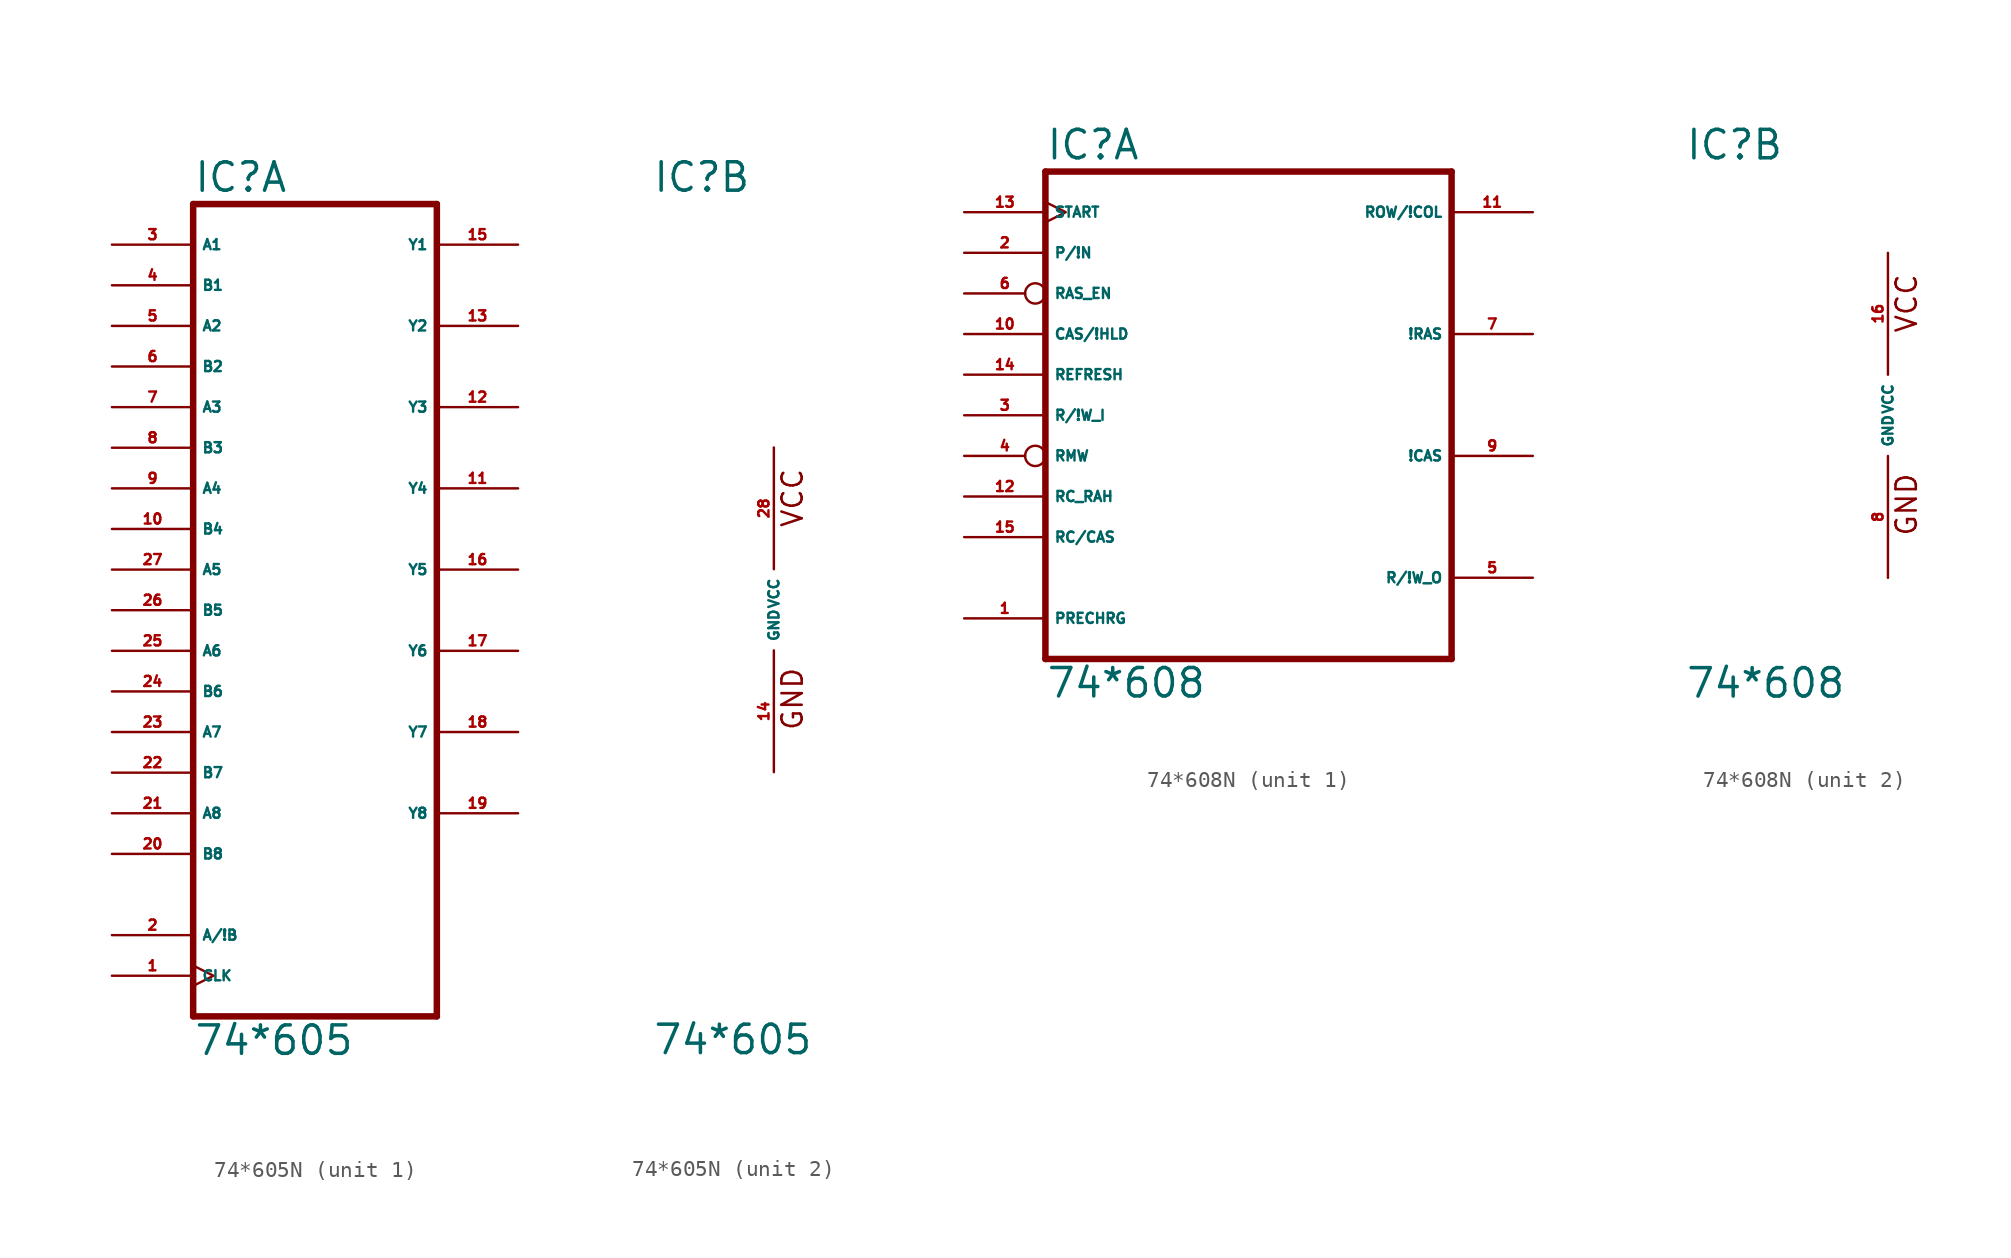
<source format=kicad_sym>
(kicad_symbol_lib
  (version 20220914)
  (generator Eagle2Kicad)
  (symbol "74*605N"
    (property "Reference" "IC"
      (at -7.62 26.035 0)
      (effects (font (size 1.778 1.778) (thickness 0.22)) (justify left bottom)))
    (property "Value" "74*605"
      (at -7.62 -27.94 0)
      (effects (font (size 1.778 1.778) (thickness 0.22)) (justify left bottom)))
    (symbol "74*605N_1_0"
      (polyline (pts (xy -7.62 -25.4) (xy 7.62 -25.4)) (stroke (width 0.406) (type default)) (fill (type none)))
      (polyline (pts (xy 7.62 -25.4) (xy 7.62 25.4)) (stroke (width 0.406) (type default)) (fill (type none)))
      (polyline (pts (xy 7.62 25.4) (xy -7.62 25.4)) (stroke (width 0.406) (type default)) (fill (type none)))
      (polyline (pts (xy -7.62 25.4) (xy -7.62 -25.4)) (stroke (width 0.406) (type default)) (fill (type none)))
      (pin input clock (at -12.7 -22.86 0) (length 5.08) (name "CLK" (effects (font (size 0.635 0.635) (thickness 0.08)) (justify left bottom))) (number "1" (effects (font (size 0.635 0.635) (thickness 0.08)) (justify left bottom))))
      (pin input line (at -12.7 -20.32 0) (length 5.08) (name "A/!B" (effects (font (size 0.635 0.635) (thickness 0.08)) (justify left bottom))) (number "2" (effects (font (size 0.635 0.635) (thickness 0.08)) (justify left bottom))))
      (pin input line (at -12.7 22.86 0) (length 5.08) (name "A1" (effects (font (size 0.635 0.635) (thickness 0.08)) (justify left bottom))) (number "3" (effects (font (size 0.635 0.635) (thickness 0.08)) (justify left bottom))))
      (pin input line (at -12.7 20.32 0) (length 5.08) (name "B1" (effects (font (size 0.635 0.635) (thickness 0.08)) (justify left bottom))) (number "4" (effects (font (size 0.635 0.635) (thickness 0.08)) (justify left bottom))))
      (pin input line (at -12.7 17.78 0) (length 5.08) (name "A2" (effects (font (size 0.635 0.635) (thickness 0.08)) (justify left bottom))) (number "5" (effects (font (size 0.635 0.635) (thickness 0.08)) (justify left bottom))))
      (pin input line (at -12.7 15.24 0) (length 5.08) (name "B2" (effects (font (size 0.635 0.635) (thickness 0.08)) (justify left bottom))) (number "6" (effects (font (size 0.635 0.635) (thickness 0.08)) (justify left bottom))))
      (pin input line (at -12.7 12.7 0) (length 5.08) (name "A3" (effects (font (size 0.635 0.635) (thickness 0.08)) (justify left bottom))) (number "7" (effects (font (size 0.635 0.635) (thickness 0.08)) (justify left bottom))))
      (pin input line (at -12.7 10.16 0) (length 5.08) (name "B3" (effects (font (size 0.635 0.635) (thickness 0.08)) (justify left bottom))) (number "8" (effects (font (size 0.635 0.635) (thickness 0.08)) (justify left bottom))))
      (pin input line (at -12.7 7.62 0) (length 5.08) (name "A4" (effects (font (size 0.635 0.635) (thickness 0.08)) (justify left bottom))) (number "9" (effects (font (size 0.635 0.635) (thickness 0.08)) (justify left bottom))))
      (pin input line (at -12.7 5.08 0) (length 5.08) (name "B4" (effects (font (size 0.635 0.635) (thickness 0.08)) (justify left bottom))) (number "10" (effects (font (size 0.635 0.635) (thickness 0.08)) (justify left bottom))))
      (pin open_collector line (at 12.7 7.62 180) (length 5.08) (name "Y4" (effects (font (size 0.635 0.635) (thickness 0.08)) (justify left bottom))) (number "11" (effects (font (size 0.635 0.635) (thickness 0.08)) (justify left bottom))))
      (pin open_collector line (at 12.7 12.7 180) (length 5.08) (name "Y3" (effects (font (size 0.635 0.635) (thickness 0.08)) (justify left bottom))) (number "12" (effects (font (size 0.635 0.635) (thickness 0.08)) (justify left bottom))))
      (pin open_collector line (at 12.7 17.78 180) (length 5.08) (name "Y2" (effects (font (size 0.635 0.635) (thickness 0.08)) (justify left bottom))) (number "13" (effects (font (size 0.635 0.635) (thickness 0.08)) (justify left bottom))))
      (pin open_collector line (at 12.7 22.86 180) (length 5.08) (name "Y1" (effects (font (size 0.635 0.635) (thickness 0.08)) (justify left bottom))) (number "15" (effects (font (size 0.635 0.635) (thickness 0.08)) (justify left bottom))))
      (pin open_collector line (at 12.7 2.54 180) (length 5.08) (name "Y5" (effects (font (size 0.635 0.635) (thickness 0.08)) (justify left bottom))) (number "16" (effects (font (size 0.635 0.635) (thickness 0.08)) (justify left bottom))))
      (pin open_collector line (at 12.7 -2.54 180) (length 5.08) (name "Y6" (effects (font (size 0.635 0.635) (thickness 0.08)) (justify left bottom))) (number "17" (effects (font (size 0.635 0.635) (thickness 0.08)) (justify left bottom))))
      (pin open_collector line (at 12.7 -7.62 180) (length 5.08) (name "Y7" (effects (font (size 0.635 0.635) (thickness 0.08)) (justify left bottom))) (number "18" (effects (font (size 0.635 0.635) (thickness 0.08)) (justify left bottom))))
      (pin open_collector line (at 12.7 -12.7 180) (length 5.08) (name "Y8" (effects (font (size 0.635 0.635) (thickness 0.08)) (justify left bottom))) (number "19" (effects (font (size 0.635 0.635) (thickness 0.08)) (justify left bottom))))
      (pin input line (at -12.7 -15.24 0) (length 5.08) (name "B8" (effects (font (size 0.635 0.635) (thickness 0.08)) (justify left bottom))) (number "20" (effects (font (size 0.635 0.635) (thickness 0.08)) (justify left bottom))))
      (pin input line (at -12.7 -12.7 0) (length 5.08) (name "A8" (effects (font (size 0.635 0.635) (thickness 0.08)) (justify left bottom))) (number "21" (effects (font (size 0.635 0.635) (thickness 0.08)) (justify left bottom))))
      (pin input line (at -12.7 -10.16 0) (length 5.08) (name "B7" (effects (font (size 0.635 0.635) (thickness 0.08)) (justify left bottom))) (number "22" (effects (font (size 0.635 0.635) (thickness 0.08)) (justify left bottom))))
      (pin input line (at -12.7 -7.62 0) (length 5.08) (name "A7" (effects (font (size 0.635 0.635) (thickness 0.08)) (justify left bottom))) (number "23" (effects (font (size 0.635 0.635) (thickness 0.08)) (justify left bottom))))
      (pin input line (at -12.7 -5.08 0) (length 5.08) (name "B6" (effects (font (size 0.635 0.635) (thickness 0.08)) (justify left bottom))) (number "24" (effects (font (size 0.635 0.635) (thickness 0.08)) (justify left bottom))))
      (pin input line (at -12.7 -2.54 0) (length 5.08) (name "A6" (effects (font (size 0.635 0.635) (thickness 0.08)) (justify left bottom))) (number "25" (effects (font (size 0.635 0.635) (thickness 0.08)) (justify left bottom))))
      (pin input line (at -12.7 0 0) (length 5.08) (name "B5" (effects (font (size 0.635 0.635) (thickness 0.08)) (justify left bottom))) (number "26" (effects (font (size 0.635 0.635) (thickness 0.08)) (justify left bottom))))
      (pin input line (at -12.7 2.54 0) (length 5.08) (name "A5" (effects (font (size 0.635 0.635) (thickness 0.08)) (justify left bottom))) (number "27" (effects (font (size 0.635 0.635) (thickness 0.08)) (justify left bottom)))))
    (symbol "74*605N_2_0"
      (text "GND" (at 1.905 -7.62 900) (effects (font (size 1.27 1.27) (thickness 0.16)) (justify left bottom)))
      (text "VCC" (at 1.905 5.08 900) (effects (font (size 1.27 1.27) (thickness 0.16)) (justify left bottom)))
      (pin unspecified line (at 0 -10.16 90) (length 7.62) (name "GND" (effects (font (size 0.635 0.635) (thickness 0.08)) (justify left bottom))) (number "14" (effects (font (size 0.635 0.635) (thickness 0.08)) (justify left bottom))))
      (pin unspecified line (at 0 10.16 270) (length 7.62) (name "VCC" (effects (font (size 0.635 0.635) (thickness 0.08)) (justify left bottom))) (number "28" (effects (font (size 0.635 0.635) (thickness 0.08)) (justify left bottom))))))
  (symbol "74*608N"
    (property "Reference" "IC"
      (at -12.7 15.875 0)
      (effects (font (size 1.778 1.778) (thickness 0.22)) (justify left bottom)))
    (property "Value" "74*608"
      (at -12.7 -17.78 0)
      (effects (font (size 1.778 1.778) (thickness 0.22)) (justify left bottom)))
    (symbol "74*608N_1_0"
      (polyline (pts (xy -12.7 -15.24) (xy 12.7 -15.24)) (stroke (width 0.406) (type default)) (fill (type none)))
      (polyline (pts (xy 12.7 -15.24) (xy 12.7 15.24)) (stroke (width 0.406) (type default)) (fill (type none)))
      (polyline (pts (xy 12.7 15.24) (xy -12.7 15.24)) (stroke (width 0.406) (type default)) (fill (type none)))
      (polyline (pts (xy -12.7 15.24) (xy -12.7 -15.24)) (stroke (width 0.406) (type default)) (fill (type none)))
      (pin input line (at -17.78 -12.7 0) (length 5.08) (name "PRECHRG" (effects (font (size 0.635 0.635) (thickness 0.08)) (justify left bottom))) (number "1" (effects (font (size 0.635 0.635) (thickness 0.08)) (justify left bottom))))
      (pin input line (at -17.78 10.16 0) (length 5.08) (name "P/!N" (effects (font (size 0.635 0.635) (thickness 0.08)) (justify left bottom))) (number "2" (effects (font (size 0.635 0.635) (thickness 0.08)) (justify left bottom))))
      (pin input line (at -17.78 0 0) (length 5.08) (name "R/!W_I" (effects (font (size 0.635 0.635) (thickness 0.08)) (justify left bottom))) (number "3" (effects (font (size 0.635 0.635) (thickness 0.08)) (justify left bottom))))
      (pin output line (at 17.78 -10.16 180) (length 5.08) (name "R/!W_O" (effects (font (size 0.635 0.635) (thickness 0.08)) (justify left bottom))) (number "5" (effects (font (size 0.635 0.635) (thickness 0.08)) (justify left bottom))))
      (pin input inverted (at -17.78 7.62 0) (length 5.08) (name "RAS_EN" (effects (font (size 0.635 0.635) (thickness 0.08)) (justify left bottom))) (number "6" (effects (font (size 0.635 0.635) (thickness 0.08)) (justify left bottom))))
      (pin output line (at 17.78 5.08 180) (length 5.08) (name "!RAS" (effects (font (size 0.635 0.635) (thickness 0.08)) (justify left bottom))) (number "7" (effects (font (size 0.635 0.635) (thickness 0.08)) (justify left bottom))))
      (pin output line (at 17.78 -2.54 180) (length 5.08) (name "!CAS" (effects (font (size 0.635 0.635) (thickness 0.08)) (justify left bottom))) (number "9" (effects (font (size 0.635 0.635) (thickness 0.08)) (justify left bottom))))
      (pin input line (at -17.78 5.08 0) (length 5.08) (name "CAS/!HLD" (effects (font (size 0.635 0.635) (thickness 0.08)) (justify left bottom))) (number "10" (effects (font (size 0.635 0.635) (thickness 0.08)) (justify left bottom))))
      (pin output line (at 17.78 12.7 180) (length 5.08) (name "ROW/!COL" (effects (font (size 0.635 0.635) (thickness 0.08)) (justify left bottom))) (number "11" (effects (font (size 0.635 0.635) (thickness 0.08)) (justify left bottom))))
      (pin input line (at -17.78 -5.08 0) (length 5.08) (name "RC_RAH" (effects (font (size 0.635 0.635) (thickness 0.08)) (justify left bottom))) (number "12" (effects (font (size 0.635 0.635) (thickness 0.08)) (justify left bottom))))
      (pin input clock (at -17.78 12.7 0) (length 5.08) (name "START" (effects (font (size 0.635 0.635) (thickness 0.08)) (justify left bottom))) (number "13" (effects (font (size 0.635 0.635) (thickness 0.08)) (justify left bottom))))
      (pin input line (at -17.78 2.54 0) (length 5.08) (name "REFRESH" (effects (font (size 0.635 0.635) (thickness 0.08)) (justify left bottom))) (number "14" (effects (font (size 0.635 0.635) (thickness 0.08)) (justify left bottom))))
      (pin input line (at -17.78 -7.62 0) (length 5.08) (name "RC/CAS" (effects (font (size 0.635 0.635) (thickness 0.08)) (justify left bottom))) (number "15" (effects (font (size 0.635 0.635) (thickness 0.08)) (justify left bottom))))
      (pin input inverted (at -17.78 -2.54 0) (length 5.08) (name "RMW" (effects (font (size 0.635 0.635) (thickness 0.08)) (justify left bottom))) (number "4" (effects (font (size 0.635 0.635) (thickness 0.08)) (justify left bottom)))))
    (symbol "74*608N_2_0"
      (text "GND" (at 1.905 -7.62 900) (effects (font (size 1.27 1.27) (thickness 0.16)) (justify left bottom)))
      (text "VCC" (at 1.905 5.08 900) (effects (font (size 1.27 1.27) (thickness 0.16)) (justify left bottom)))
      (pin unspecified line (at 0 -10.16 90) (length 7.62) (name "GND" (effects (font (size 0.635 0.635) (thickness 0.08)) (justify left bottom))) (number "8" (effects (font (size 0.635 0.635) (thickness 0.08)) (justify left bottom))))
      (pin unspecified line (at 0 10.16 270) (length 7.62) (name "VCC" (effects (font (size 0.635 0.635) (thickness 0.08)) (justify left bottom))) (number "16" (effects (font (size 0.635 0.635) (thickness 0.08)) (justify left bottom)))))))
</source>
